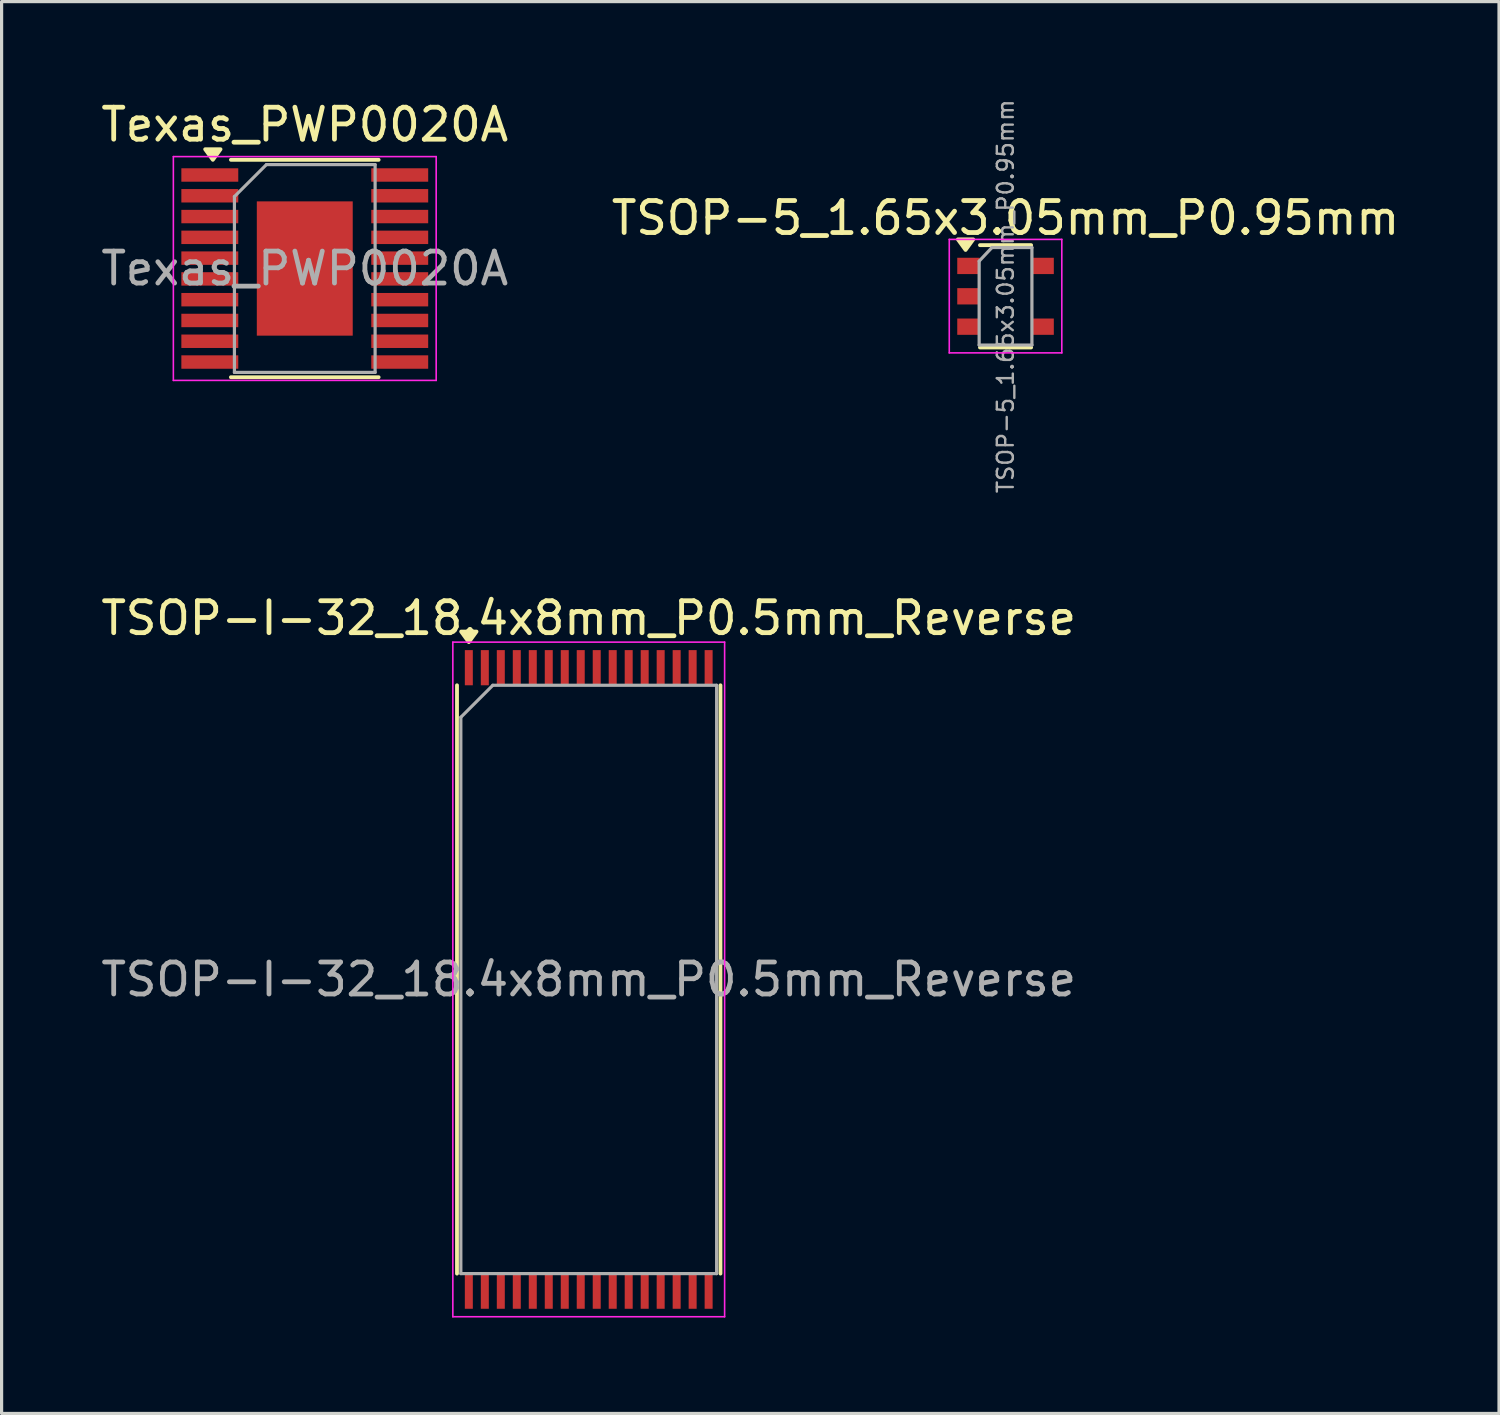
<source format=kicad_pcb>
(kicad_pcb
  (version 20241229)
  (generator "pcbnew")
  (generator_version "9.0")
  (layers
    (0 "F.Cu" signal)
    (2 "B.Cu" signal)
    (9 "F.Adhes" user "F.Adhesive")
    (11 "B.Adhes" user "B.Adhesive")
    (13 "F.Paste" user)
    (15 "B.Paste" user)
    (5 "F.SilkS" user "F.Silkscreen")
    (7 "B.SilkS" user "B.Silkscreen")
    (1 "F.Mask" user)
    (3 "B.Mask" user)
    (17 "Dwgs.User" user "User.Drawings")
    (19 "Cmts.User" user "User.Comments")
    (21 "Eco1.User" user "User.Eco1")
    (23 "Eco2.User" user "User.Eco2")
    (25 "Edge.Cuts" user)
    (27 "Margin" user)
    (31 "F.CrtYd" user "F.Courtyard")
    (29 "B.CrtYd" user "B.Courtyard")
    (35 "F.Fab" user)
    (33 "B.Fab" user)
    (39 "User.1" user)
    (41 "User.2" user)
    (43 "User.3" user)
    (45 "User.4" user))
  (footprint "TSOP-I-32_18.4x8mm_P0.5mm_Reverse"
    (layer "F.Cu")
    (at 15.363 27.583)
    (property "Reference" "TSOP-I-32_18.4x8mm_P0.5mm_Reverse" (at 0 -11.3 0) (layer "F.SilkS") (effects (font (size 1 1) (thickness 0.15))))
    (attr smd)
    (fp_line (start -4.12 9.2) (end -4.12 -9.2) (stroke (width 0.12) (type solid)) (layer "F.SilkS"))
    (fp_line (start 4.12 9.2) (end 4.12 -9.2) (stroke (width 0.12) (type solid)) (layer "F.SilkS"))
    (fp_poly (pts (xy -3.75 -10.55) (xy -3.51 -10.88) (xy -3.99 -10.88) (xy -3.75 -10.55)) (stroke (width 0.12) (type solid)) (fill yes) (layer "F.SilkS"))
    (fp_line (start -4.25 -10.55) (end 4.25 -10.55) (stroke (width 0.05) (type solid)) (layer "F.CrtYd"))
    (fp_line (start -4.25 10.55) (end -4.25 -10.55) (stroke (width 0.05) (type solid)) (layer "F.CrtYd"))
    (fp_line (start 4.25 -10.55) (end 4.25 10.55) (stroke (width 0.05) (type solid)) (layer "F.CrtYd"))
    (fp_line (start 4.25 10.55) (end -4.25 10.55) (stroke (width 0.05) (type solid)) (layer "F.CrtYd"))
    (fp_line (start -4 -8.2) (end -4 9.2) (stroke (width 0.1) (type solid)) (layer "F.Fab"))
    (fp_line (start -4 -8.2) (end -3 -9.2) (stroke (width 0.1) (type solid)) (layer "F.Fab"))
    (fp_line (start -3 -9.2) (end 4 -9.2) (stroke (width 0.1) (type solid)) (layer "F.Fab"))
    (fp_line (start 4 -9.2) (end 4 9.2) (stroke (width 0.1) (type solid)) (layer "F.Fab"))
    (fp_line (start 4 9.2) (end -4 9.2) (stroke (width 0.1) (type solid)) (layer "F.Fab"))
    (fp_text user "${REFERENCE}" (at 0 0 0) (layer "F.Fab") (effects (font (size 1 1) (thickness 0.15))))
    (pad "1" smd rect (at -3.75 -9.75) (size 0.25 1.1) (layers "F.Cu" "F.Mask" "F.Paste"))
    (pad "2" smd rect (at -3.25 -9.75) (size 0.25 1.1) (layers "F.Cu" "F.Mask" "F.Paste"))
    (pad "3" smd rect (at -2.75 -9.75) (size 0.25 1.1) (layers "F.Cu" "F.Mask" "F.Paste"))
    (pad "4" smd rect (at -2.25 -9.75) (size 0.25 1.1) (layers "F.Cu" "F.Mask" "F.Paste"))
    (pad "5" smd rect (at -1.75 -9.75) (size 0.25 1.1) (layers "F.Cu" "F.Mask" "F.Paste"))
    (pad "6" smd rect (at -1.25 -9.75) (size 0.25 1.1) (layers "F.Cu" "F.Mask" "F.Paste"))
    (pad "7" smd rect (at -0.75 -9.75) (size 0.25 1.1) (layers "F.Cu" "F.Mask" "F.Paste"))
    (pad "8" smd rect (at -0.25 -9.75) (size 0.25 1.1) (layers "F.Cu" "F.Mask" "F.Paste"))
    (pad "9" smd rect (at 0.25 -9.75) (size 0.25 1.1) (layers "F.Cu" "F.Mask" "F.Paste"))
    (pad "10" smd rect (at 0.75 -9.75) (size 0.25 1.1) (layers "F.Cu" "F.Mask" "F.Paste"))
    (pad "11" smd rect (at 1.25 -9.75) (size 0.25 1.1) (layers "F.Cu" "F.Mask" "F.Paste"))
    (pad "12" smd rect (at 1.75 -9.75) (size 0.25 1.1) (layers "F.Cu" "F.Mask" "F.Paste"))
    (pad "13" smd rect (at 2.25 -9.75) (size 0.25 1.1) (layers "F.Cu" "F.Mask" "F.Paste"))
    (pad "14" smd rect (at 2.75 -9.75) (size 0.25 1.1) (layers "F.Cu" "F.Mask" "F.Paste"))
    (pad "15" smd rect (at 3.25 -9.75) (size 0.25 1.1) (layers "F.Cu" "F.Mask" "F.Paste"))
    (pad "16" smd rect (at 3.75 -9.75) (size 0.25 1.1) (layers "F.Cu" "F.Mask" "F.Paste"))
    (pad "17" smd rect (at 3.75 9.75) (size 0.25 1.1) (layers "F.Cu" "F.Mask" "F.Paste"))
    (pad "18" smd rect (at 3.25 9.75) (size 0.25 1.1) (layers "F.Cu" "F.Mask" "F.Paste"))
    (pad "19" smd rect (at 2.75 9.75) (size 0.25 1.1) (layers "F.Cu" "F.Mask" "F.Paste"))
    (pad "20" smd rect (at 2.25 9.75) (size 0.25 1.1) (layers "F.Cu" "F.Mask" "F.Paste"))
    (pad "21" smd rect (at 1.75 9.75) (size 0.25 1.1) (layers "F.Cu" "F.Mask" "F.Paste"))
    (pad "22" smd rect (at 1.25 9.75) (size 0.25 1.1) (layers "F.Cu" "F.Mask" "F.Paste"))
    (pad "23" smd rect (at 0.75 9.75) (size 0.25 1.1) (layers "F.Cu" "F.Mask" "F.Paste"))
    (pad "24" smd rect (at 0.25 9.75) (size 0.25 1.1) (layers "F.Cu" "F.Mask" "F.Paste"))
    (pad "25" smd rect (at -0.25 9.75) (size 0.25 1.1) (layers "F.Cu" "F.Mask" "F.Paste"))
    (pad "26" smd rect (at -0.75 9.75) (size 0.25 1.1) (layers "F.Cu" "F.Mask" "F.Paste"))
    (pad "27" smd rect (at -1.25 9.75) (size 0.25 1.1) (layers "F.Cu" "F.Mask" "F.Paste"))
    (pad "28" smd rect (at -1.75 9.75) (size 0.25 1.1) (layers "F.Cu" "F.Mask" "F.Paste"))
    (pad "29" smd rect (at -2.25 9.75) (size 0.25 1.1) (layers "F.Cu" "F.Mask" "F.Paste"))
    (pad "30" smd rect (at -2.75 9.75) (size 0.25 1.1) (layers "F.Cu" "F.Mask" "F.Paste"))
    (pad "31" smd rect (at -3.25 9.75) (size 0.25 1.1) (layers "F.Cu" "F.Mask" "F.Paste"))
    (pad "32" smd rect (at -3.75 9.75) (size 0.25 1.1) (layers "F.Cu" "F.Mask" "F.Paste")))
  (footprint "Texas_PWP0020A"
    (layer "F.Cu")
    (at 6.482 5.348)
    (property "Reference" "Texas_PWP0020A" (at 0 -4.5 0) (layer "F.SilkS") (effects (font (size 1 1) (thickness 0.15))))
    (attr smd)
    (fp_line (start 2.31 -3.4) (end -2.31 -3.4) (stroke (width 0.12) (type solid)) (layer "F.SilkS"))
    (fp_line (start 2.31 3.4) (end -2.31 3.4) (stroke (width 0.12) (type solid)) (layer "F.SilkS"))
    (fp_poly (pts (xy -2.875 -3.4) (xy -3.115 -3.73) (xy -2.635 -3.73) (xy -2.875 -3.4)) (stroke (width 0.12) (type solid)) (fill yes) (layer "F.SilkS"))
    (fp_line (start -4.11 -3.5) (end -4.11 3.5) (stroke (width 0.05) (type solid)) (layer "F.CrtYd"))
    (fp_line (start -4.11 3.5) (end 4.11 3.5) (stroke (width 0.05) (type solid)) (layer "F.CrtYd"))
    (fp_line (start 4.11 -3.5) (end -4.11 -3.5) (stroke (width 0.05) (type solid)) (layer "F.CrtYd"))
    (fp_line (start 4.11 3.5) (end 4.11 -3.5) (stroke (width 0.05) (type solid)) (layer "F.CrtYd"))
    (fp_line (start -2.2 -2.25) (end -2.2 3.25) (stroke (width 0.1) (type solid)) (layer "F.Fab"))
    (fp_line (start -2.2 3.25) (end 2.2 3.25) (stroke (width 0.1) (type solid)) (layer "F.Fab"))
    (fp_line (start -1.2 -3.25) (end -2.2 -2.25) (stroke (width 0.1) (type solid)) (layer "F.Fab"))
    (fp_line (start 2.2 -3.25) (end -1.2 -3.25) (stroke (width 0.1) (type solid)) (layer "F.Fab"))
    (fp_line (start 2.2 3.25) (end 2.2 -3.25) (stroke (width 0.1) (type solid)) (layer "F.Fab"))
    (fp_text user "${REFERENCE}" (at 0 0 0) (layer "F.Fab") (effects (font (size 1 1) (thickness 0.15))))
    (pad "" smd rect (at -0.713 -1.012) (size 1.275 1.875) (layers "F.Paste"))
    (pad "" smd rect (at -0.713 1.012) (size 1.275 1.875) (layers "F.Paste"))
    (pad "" smd rect (at 0.713 -1.012) (size 1.275 1.875) (layers "F.Paste"))
    (pad "" smd rect (at 0.713 1.012) (size 1.275 1.875) (layers "F.Paste"))
    (pad "1" smd rect (at -2.97 -2.925) (size 1.78 0.42) (layers "F.Cu" "F.Mask" "F.Paste"))
    (pad "2" smd rect (at -2.97 -2.275) (size 1.78 0.42) (layers "F.Cu" "F.Mask" "F.Paste"))
    (pad "3" smd rect (at -2.97 -1.625) (size 1.78 0.42) (layers "F.Cu" "F.Mask" "F.Paste"))
    (pad "4" smd rect (at -2.97 -0.975) (size 1.78 0.42) (layers "F.Cu" "F.Mask" "F.Paste"))
    (pad "5" smd rect (at -2.97 -0.325) (size 1.78 0.42) (layers "F.Cu" "F.Mask" "F.Paste"))
    (pad "6" smd rect (at -2.97 0.325) (size 1.78 0.42) (layers "F.Cu" "F.Mask" "F.Paste"))
    (pad "7" smd rect (at -2.97 0.975) (size 1.78 0.42) (layers "F.Cu" "F.Mask" "F.Paste"))
    (pad "8" smd rect (at -2.97 1.625) (size 1.78 0.42) (layers "F.Cu" "F.Mask" "F.Paste"))
    (pad "9" smd rect (at -2.97 2.275) (size 1.78 0.42) (layers "F.Cu" "F.Mask" "F.Paste"))
    (pad "10" smd rect (at -2.97 2.925) (size 1.78 0.42) (layers "F.Cu" "F.Mask" "F.Paste"))
    (pad "11" smd rect (at 2.97 2.925) (size 1.78 0.42) (layers "F.Cu" "F.Mask" "F.Paste"))
    (pad "12" smd rect (at 2.97 2.275) (size 1.78 0.42) (layers "F.Cu" "F.Mask" "F.Paste"))
    (pad "13" smd rect (at 2.97 1.625) (size 1.78 0.42) (layers "F.Cu" "F.Mask" "F.Paste"))
    (pad "14" smd rect (at 2.97 0.975) (size 1.78 0.42) (layers "F.Cu" "F.Mask" "F.Paste"))
    (pad "15" smd rect (at 2.97 0.325) (size 1.78 0.42) (layers "F.Cu" "F.Mask" "F.Paste"))
    (pad "16" smd rect (at 2.97 -0.325) (size 1.78 0.42) (layers "F.Cu" "F.Mask" "F.Paste"))
    (pad "17" smd rect (at 2.97 -0.975) (size 1.78 0.42) (layers "F.Cu" "F.Mask" "F.Paste"))
    (pad "18" smd rect (at 2.97 -1.625) (size 1.78 0.42) (layers "F.Cu" "F.Mask" "F.Paste"))
    (pad "19" smd rect (at 2.97 -2.275) (size 1.78 0.42) (layers "F.Cu" "F.Mask" "F.Paste"))
    (pad "20" smd rect (at 2.97 -2.925) (size 1.78 0.42) (layers "F.Cu" "F.Mask" "F.Paste"))
    (pad "21" smd rect (at 0 0) (size 3 4.2) (layers "F.Cu" "F.Mask")))
  (footprint "TSOP-5_1.65x3.05mm_P0.95mm"
    (layer "F.Cu")
    (at 28.399 6.217)
    (property "Reference" "TSOP-5_1.65x3.05mm_P0.95mm" (at 0 -2.45 0) (layer "F.SilkS") (effects (font (size 1 1) (thickness 0.15))))
    (attr smd)
    (fp_line (start -0.8 -1.6) (end 0.8 -1.6) (stroke (width 0.12) (type solid)) (layer "F.SilkS"))
    (fp_line (start -0.8 1.6) (end 0.8 1.6) (stroke (width 0.12) (type solid)) (layer "F.SilkS"))
    (fp_poly (pts (xy -1.25 -1.45) (xy -1.49 -1.78) (xy -1.01 -1.78) (xy -1.25 -1.45)) (stroke (width 0.12) (type solid)) (fill yes) (layer "F.SilkS"))
    (fp_line (start -1.76 -1.78) (end -1.76 1.77) (stroke (width 0.05) (type solid)) (layer "F.CrtYd"))
    (fp_line (start -1.76 -1.78) (end 1.76 -1.78) (stroke (width 0.05) (type solid)) (layer "F.CrtYd"))
    (fp_line (start 1.76 1.77) (end -1.76 1.77) (stroke (width 0.05) (type solid)) (layer "F.CrtYd"))
    (fp_line (start 1.76 1.77) (end 1.76 -1.78) (stroke (width 0.05) (type solid)) (layer "F.CrtYd"))
    (fp_line (start -0.825 -1.1) (end -0.825 1.525) (stroke (width 0.1) (type solid)) (layer "F.Fab"))
    (fp_line (start -0.825 -1.1) (end -0.425 -1.525) (stroke (width 0.1) (type solid)) (layer "F.Fab"))
    (fp_line (start 0.825 -1.525) (end -0.425 -1.525) (stroke (width 0.1) (type solid)) (layer "F.Fab"))
    (fp_line (start 0.825 -1.525) (end 0.825 1.525) (stroke (width 0.1) (type solid)) (layer "F.Fab"))
    (fp_line (start 0.825 1.525) (end -0.825 1.525) (stroke (width 0.1) (type solid)) (layer "F.Fab"))
    (fp_text user "${REFERENCE}" (at 0 0 90) (layer "F.Fab") (effects (font (size 0.5 0.5) (thickness 0.075))))
    (pad "1" smd rect (at -1.16 -0.95) (size 0.7 0.51) (layers "F.Cu" "F.Mask" "F.Paste"))
    (pad "2" smd rect (at -1.16 0) (size 0.7 0.51) (layers "F.Cu" "F.Mask" "F.Paste"))
    (pad "3" smd rect (at -1.16 0.95) (size 0.7 0.51) (layers "F.Cu" "F.Mask" "F.Paste"))
    (pad "4" smd rect (at 1.16 0.95) (size 0.7 0.51) (layers "F.Cu" "F.Mask" "F.Paste"))
    (pad "5" smd rect (at 1.16 -0.95) (size 0.7 0.51) (layers "F.Cu" "F.Mask" "F.Paste")))
  (gr_rect
    (start -3 -3)
    (end 43.833 41.158)
    (stroke (width 0.1) (type default))
    (fill no)
    (layer "Edge.Cuts")))
</source>
